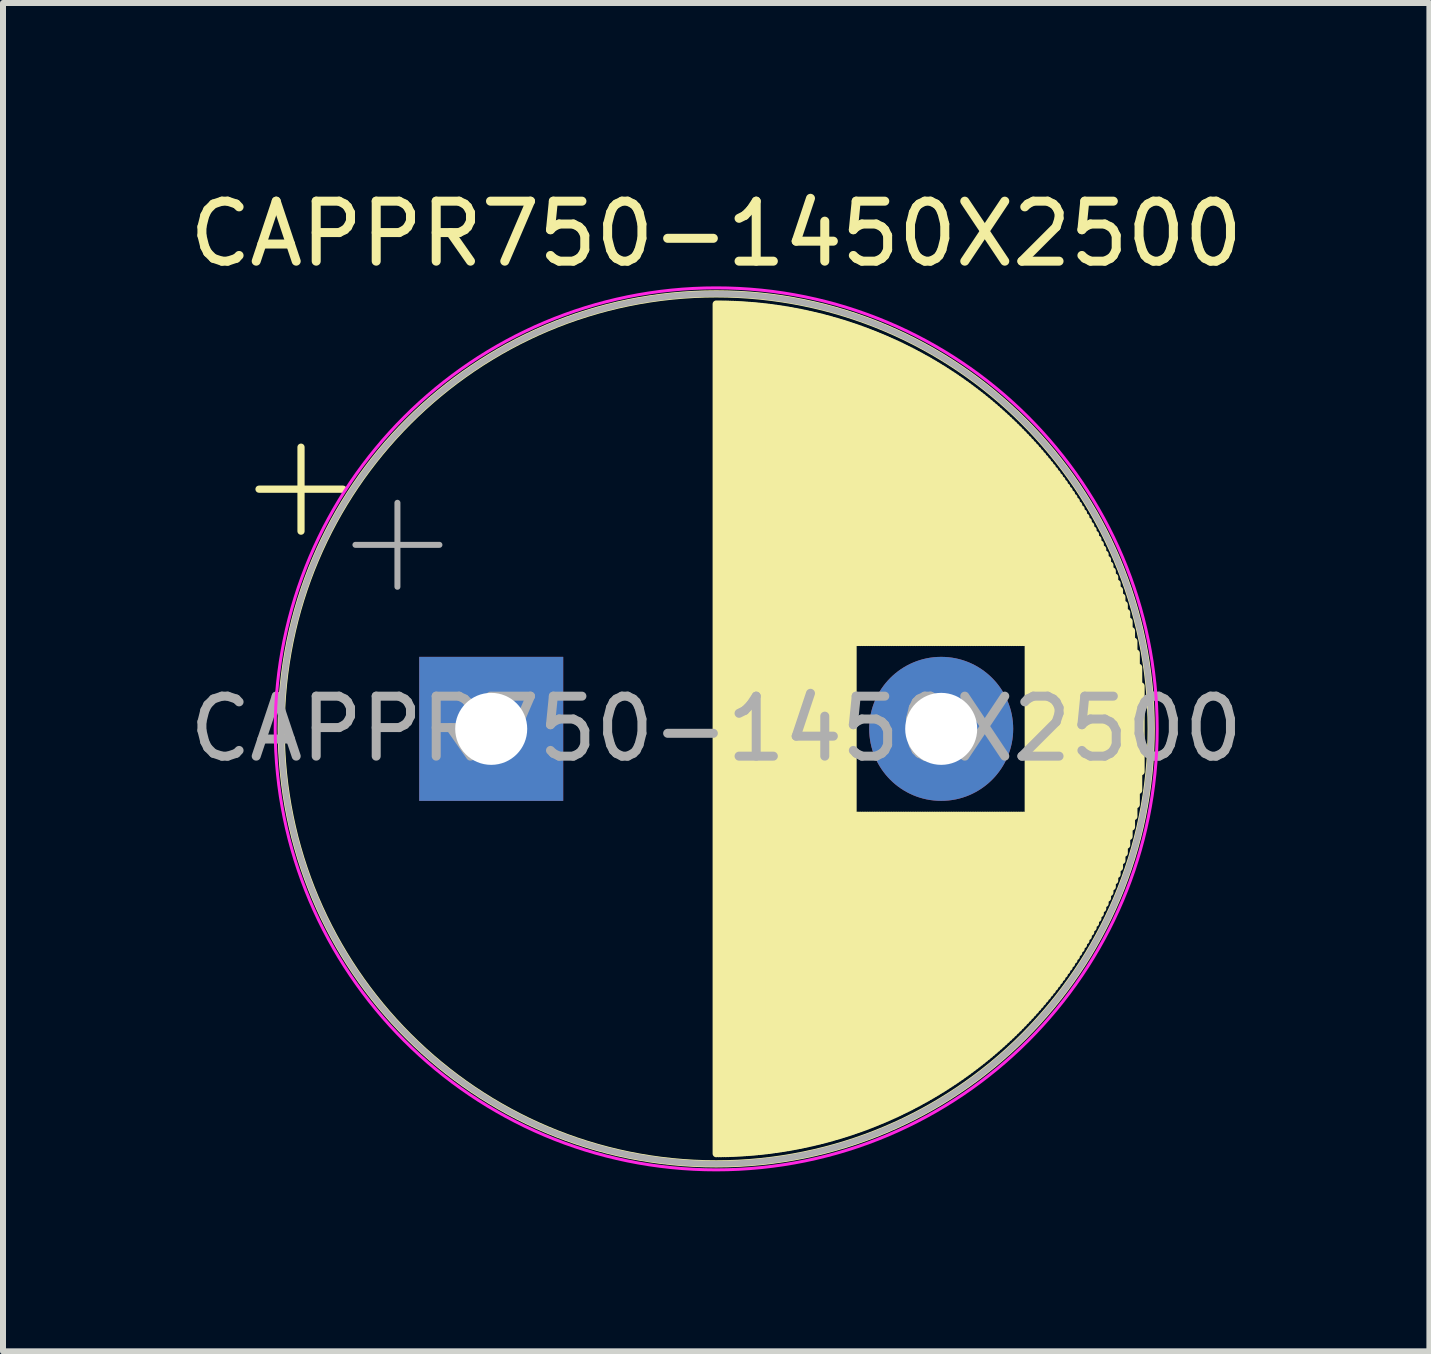
<source format=kicad_pcb>
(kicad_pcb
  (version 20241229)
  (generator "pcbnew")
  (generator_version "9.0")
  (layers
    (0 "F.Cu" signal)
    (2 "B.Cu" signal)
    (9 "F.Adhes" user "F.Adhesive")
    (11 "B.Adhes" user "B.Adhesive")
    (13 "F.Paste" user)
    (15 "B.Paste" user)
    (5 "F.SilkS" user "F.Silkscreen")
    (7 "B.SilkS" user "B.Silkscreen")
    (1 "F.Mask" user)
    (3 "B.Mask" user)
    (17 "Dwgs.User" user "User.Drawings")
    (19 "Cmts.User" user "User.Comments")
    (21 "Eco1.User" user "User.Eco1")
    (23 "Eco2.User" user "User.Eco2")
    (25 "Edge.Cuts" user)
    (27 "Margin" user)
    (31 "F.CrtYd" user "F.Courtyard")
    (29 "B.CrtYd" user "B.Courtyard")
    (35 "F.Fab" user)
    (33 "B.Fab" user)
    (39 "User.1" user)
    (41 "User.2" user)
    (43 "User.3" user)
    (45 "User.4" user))
  (footprint "CAPPR750-1450X2500"
    (layer "F.Cu")
    (at 5.137 9.098)
    (property "Reference" "CAPPR750-1450X2500" (at 3.75 -8.25 0) (layer "F.SilkS") (effects (font (size 1 1) (thickness 0.15))))
    (attr through_hole)
    (fp_line (start -3.87 -3.995) (end -2.47 -3.995) (stroke (width 0.12) (type solid)) (layer "F.SilkS"))
    (fp_line (start -3.17 -4.695) (end -3.17 -3.295) (stroke (width 0.12) (type solid)) (layer "F.SilkS"))
    (fp_line (start 3.75 -7.08) (end 3.75 7.08) (stroke (width 0.12) (type solid)) (layer "F.SilkS"))
    (fp_line (start 3.79 -7.08) (end 3.79 7.08) (stroke (width 0.12) (type solid)) (layer "F.SilkS"))
    (fp_line (start 3.83 -7.08) (end 3.83 7.08) (stroke (width 0.12) (type solid)) (layer "F.SilkS"))
    (fp_line (start 3.87 -7.079) (end 3.87 7.079) (stroke (width 0.12) (type solid)) (layer "F.SilkS"))
    (fp_line (start 3.91 -7.079) (end 3.91 7.079) (stroke (width 0.12) (type solid)) (layer "F.SilkS"))
    (fp_line (start 3.95 -7.078) (end 3.95 7.078) (stroke (width 0.12) (type solid)) (layer "F.SilkS"))
    (fp_line (start 3.99 -7.076) (end 3.99 7.076) (stroke (width 0.12) (type solid)) (layer "F.SilkS"))
    (fp_line (start 4.03 -7.075) (end 4.03 7.075) (stroke (width 0.12) (type solid)) (layer "F.SilkS"))
    (fp_line (start 4.07 -7.073) (end 4.07 7.073) (stroke (width 0.12) (type solid)) (layer "F.SilkS"))
    (fp_line (start 4.11 -7.071) (end 4.11 7.071) (stroke (width 0.12) (type solid)) (layer "F.SilkS"))
    (fp_line (start 4.15 -7.069) (end 4.15 7.069) (stroke (width 0.12) (type solid)) (layer "F.SilkS"))
    (fp_line (start 4.19 -7.067) (end 4.19 7.067) (stroke (width 0.12) (type solid)) (layer "F.SilkS"))
    (fp_line (start 4.23 -7.064) (end 4.23 7.064) (stroke (width 0.12) (type solid)) (layer "F.SilkS"))
    (fp_line (start 4.27 -7.061) (end 4.27 7.061) (stroke (width 0.12) (type solid)) (layer "F.SilkS"))
    (fp_line (start 4.31 -7.058) (end 4.31 7.058) (stroke (width 0.12) (type solid)) (layer "F.SilkS"))
    (fp_line (start 4.35 -7.055) (end 4.35 7.055) (stroke (width 0.12) (type solid)) (layer "F.SilkS"))
    (fp_line (start 4.39 -7.052) (end 4.39 7.052) (stroke (width 0.12) (type solid)) (layer "F.SilkS"))
    (fp_line (start 4.43 -7.048) (end 4.43 7.048) (stroke (width 0.12) (type solid)) (layer "F.SilkS"))
    (fp_line (start 4.471 -7.044) (end 4.471 7.044) (stroke (width 0.12) (type solid)) (layer "F.SilkS"))
    (fp_line (start 4.511 -7.04) (end 4.511 7.04) (stroke (width 0.12) (type solid)) (layer "F.SilkS"))
    (fp_line (start 4.551 -7.035) (end 4.551 7.035) (stroke (width 0.12) (type solid)) (layer "F.SilkS"))
    (fp_line (start 4.591 -7.031) (end 4.591 7.031) (stroke (width 0.12) (type solid)) (layer "F.SilkS"))
    (fp_line (start 4.631 -7.026) (end 4.631 7.026) (stroke (width 0.12) (type solid)) (layer "F.SilkS"))
    (fp_line (start 4.671 -7.021) (end 4.671 7.021) (stroke (width 0.12) (type solid)) (layer "F.SilkS"))
    (fp_line (start 4.711 -7.015) (end 4.711 7.015) (stroke (width 0.12) (type solid)) (layer "F.SilkS"))
    (fp_line (start 4.751 -7.01) (end 4.751 7.01) (stroke (width 0.12) (type solid)) (layer "F.SilkS"))
    (fp_line (start 4.791 -7.004) (end 4.791 7.004) (stroke (width 0.12) (type solid)) (layer "F.SilkS"))
    (fp_line (start 4.831 -6.998) (end 4.831 6.998) (stroke (width 0.12) (type solid)) (layer "F.SilkS"))
    (fp_line (start 4.871 -6.992) (end 4.871 6.992) (stroke (width 0.12) (type solid)) (layer "F.SilkS"))
    (fp_line (start 4.911 -6.985) (end 4.911 6.985) (stroke (width 0.12) (type solid)) (layer "F.SilkS"))
    (fp_line (start 4.951 -6.979) (end 4.951 6.979) (stroke (width 0.12) (type solid)) (layer "F.SilkS"))
    (fp_line (start 4.991 -6.972) (end 4.991 6.972) (stroke (width 0.12) (type solid)) (layer "F.SilkS"))
    (fp_line (start 5.031 -6.964) (end 5.031 6.964) (stroke (width 0.12) (type solid)) (layer "F.SilkS"))
    (fp_line (start 5.071 -6.957) (end 5.071 6.957) (stroke (width 0.12) (type solid)) (layer "F.SilkS"))
    (fp_line (start 5.111 -6.949) (end 5.111 6.949) (stroke (width 0.12) (type solid)) (layer "F.SilkS"))
    (fp_line (start 5.151 -6.942) (end 5.151 6.942) (stroke (width 0.12) (type solid)) (layer "F.SilkS"))
    (fp_line (start 5.191 -6.933) (end 5.191 6.933) (stroke (width 0.12) (type solid)) (layer "F.SilkS"))
    (fp_line (start 5.231 -6.925) (end 5.231 6.925) (stroke (width 0.12) (type solid)) (layer "F.SilkS"))
    (fp_line (start 5.271 -6.916) (end 5.271 6.916) (stroke (width 0.12) (type solid)) (layer "F.SilkS"))
    (fp_line (start 5.311 -6.907) (end 5.311 6.907) (stroke (width 0.12) (type solid)) (layer "F.SilkS"))
    (fp_line (start 5.351 -6.898) (end 5.351 6.898) (stroke (width 0.12) (type solid)) (layer "F.SilkS"))
    (fp_line (start 5.391 -6.889) (end 5.391 6.889) (stroke (width 0.12) (type solid)) (layer "F.SilkS"))
    (fp_line (start 5.431 -6.879) (end 5.431 6.879) (stroke (width 0.12) (type solid)) (layer "F.SilkS"))
    (fp_line (start 5.471 -6.87) (end 5.471 6.87) (stroke (width 0.12) (type solid)) (layer "F.SilkS"))
    (fp_line (start 5.511 -6.86) (end 5.511 6.86) (stroke (width 0.12) (type solid)) (layer "F.SilkS"))
    (fp_line (start 5.551 -6.849) (end 5.551 6.849) (stroke (width 0.12) (type solid)) (layer "F.SilkS"))
    (fp_line (start 5.591 -6.839) (end 5.591 6.839) (stroke (width 0.12) (type solid)) (layer "F.SilkS"))
    (fp_line (start 5.631 -6.828) (end 5.631 6.828) (stroke (width 0.12) (type solid)) (layer "F.SilkS"))
    (fp_line (start 5.671 -6.817) (end 5.671 6.817) (stroke (width 0.12) (type solid)) (layer "F.SilkS"))
    (fp_line (start 5.711 -6.805) (end 5.711 6.805) (stroke (width 0.12) (type solid)) (layer "F.SilkS"))
    (fp_line (start 5.751 -6.794) (end 5.751 6.794) (stroke (width 0.12) (type solid)) (layer "F.SilkS"))
    (fp_line (start 5.791 -6.782) (end 5.791 6.782) (stroke (width 0.12) (type solid)) (layer "F.SilkS"))
    (fp_line (start 5.831 -6.77) (end 5.831 6.77) (stroke (width 0.12) (type solid)) (layer "F.SilkS"))
    (fp_line (start 5.871 -6.758) (end 5.871 6.758) (stroke (width 0.12) (type solid)) (layer "F.SilkS"))
    (fp_line (start 5.911 -6.745) (end 5.911 6.745) (stroke (width 0.12) (type solid)) (layer "F.SilkS"))
    (fp_line (start 5.951 -6.732) (end 5.951 6.732) (stroke (width 0.12) (type solid)) (layer "F.SilkS"))
    (fp_line (start 5.991 -6.719) (end 5.991 6.719) (stroke (width 0.12) (type solid)) (layer "F.SilkS"))
    (fp_line (start 6.031 -6.706) (end 6.031 6.706) (stroke (width 0.12) (type solid)) (layer "F.SilkS"))
    (fp_line (start 6.071 -6.692) (end 6.071 -1.44) (stroke (width 0.12) (type solid)) (layer "F.SilkS"))
    (fp_line (start 6.071 1.44) (end 6.071 6.692) (stroke (width 0.12) (type solid)) (layer "F.SilkS"))
    (fp_line (start 6.111 -6.678) (end 6.111 -1.44) (stroke (width 0.12) (type solid)) (layer "F.SilkS"))
    (fp_line (start 6.111 1.44) (end 6.111 6.678) (stroke (width 0.12) (type solid)) (layer "F.SilkS"))
    (fp_line (start 6.151 -6.664) (end 6.151 -1.44) (stroke (width 0.12) (type solid)) (layer "F.SilkS"))
    (fp_line (start 6.151 1.44) (end 6.151 6.664) (stroke (width 0.12) (type solid)) (layer "F.SilkS"))
    (fp_line (start 6.191 -6.649) (end 6.191 -1.44) (stroke (width 0.12) (type solid)) (layer "F.SilkS"))
    (fp_line (start 6.191 1.44) (end 6.191 6.649) (stroke (width 0.12) (type solid)) (layer "F.SilkS"))
    (fp_line (start 6.231 -6.635) (end 6.231 -1.44) (stroke (width 0.12) (type solid)) (layer "F.SilkS"))
    (fp_line (start 6.231 1.44) (end 6.231 6.635) (stroke (width 0.12) (type solid)) (layer "F.SilkS"))
    (fp_line (start 6.271 -6.62) (end 6.271 -1.44) (stroke (width 0.12) (type solid)) (layer "F.SilkS"))
    (fp_line (start 6.271 1.44) (end 6.271 6.62) (stroke (width 0.12) (type solid)) (layer "F.SilkS"))
    (fp_line (start 6.311 -6.604) (end 6.311 -1.44) (stroke (width 0.12) (type solid)) (layer "F.SilkS"))
    (fp_line (start 6.311 1.44) (end 6.311 6.604) (stroke (width 0.12) (type solid)) (layer "F.SilkS"))
    (fp_line (start 6.351 -6.589) (end 6.351 -1.44) (stroke (width 0.12) (type solid)) (layer "F.SilkS"))
    (fp_line (start 6.351 1.44) (end 6.351 6.589) (stroke (width 0.12) (type solid)) (layer "F.SilkS"))
    (fp_line (start 6.391 -6.573) (end 6.391 -1.44) (stroke (width 0.12) (type solid)) (layer "F.SilkS"))
    (fp_line (start 6.391 1.44) (end 6.391 6.573) (stroke (width 0.12) (type solid)) (layer "F.SilkS"))
    (fp_line (start 6.431 -6.557) (end 6.431 -1.44) (stroke (width 0.12) (type solid)) (layer "F.SilkS"))
    (fp_line (start 6.431 1.44) (end 6.431 6.557) (stroke (width 0.12) (type solid)) (layer "F.SilkS"))
    (fp_line (start 6.471 -6.54) (end 6.471 -1.44) (stroke (width 0.12) (type solid)) (layer "F.SilkS"))
    (fp_line (start 6.471 1.44) (end 6.471 6.54) (stroke (width 0.12) (type solid)) (layer "F.SilkS"))
    (fp_line (start 6.511 -6.524) (end 6.511 -1.44) (stroke (width 0.12) (type solid)) (layer "F.SilkS"))
    (fp_line (start 6.511 1.44) (end 6.511 6.524) (stroke (width 0.12) (type solid)) (layer "F.SilkS"))
    (fp_line (start 6.551 -6.507) (end 6.551 -1.44) (stroke (width 0.12) (type solid)) (layer "F.SilkS"))
    (fp_line (start 6.551 1.44) (end 6.551 6.507) (stroke (width 0.12) (type solid)) (layer "F.SilkS"))
    (fp_line (start 6.591 -6.49) (end 6.591 -1.44) (stroke (width 0.12) (type solid)) (layer "F.SilkS"))
    (fp_line (start 6.591 1.44) (end 6.591 6.49) (stroke (width 0.12) (type solid)) (layer "F.SilkS"))
    (fp_line (start 6.631 -6.472) (end 6.631 -1.44) (stroke (width 0.12) (type solid)) (layer "F.SilkS"))
    (fp_line (start 6.631 1.44) (end 6.631 6.472) (stroke (width 0.12) (type solid)) (layer "F.SilkS"))
    (fp_line (start 6.671 -6.454) (end 6.671 -1.44) (stroke (width 0.12) (type solid)) (layer "F.SilkS"))
    (fp_line (start 6.671 1.44) (end 6.671 6.454) (stroke (width 0.12) (type solid)) (layer "F.SilkS"))
    (fp_line (start 6.711 -6.436) (end 6.711 -1.44) (stroke (width 0.12) (type solid)) (layer "F.SilkS"))
    (fp_line (start 6.711 1.44) (end 6.711 6.436) (stroke (width 0.12) (type solid)) (layer "F.SilkS"))
    (fp_line (start 6.751 -6.418) (end 6.751 -1.44) (stroke (width 0.12) (type solid)) (layer "F.SilkS"))
    (fp_line (start 6.751 1.44) (end 6.751 6.418) (stroke (width 0.12) (type solid)) (layer "F.SilkS"))
    (fp_line (start 6.791 -6.399) (end 6.791 -1.44) (stroke (width 0.12) (type solid)) (layer "F.SilkS"))
    (fp_line (start 6.791 1.44) (end 6.791 6.399) (stroke (width 0.12) (type solid)) (layer "F.SilkS"))
    (fp_line (start 6.831 -6.38) (end 6.831 -1.44) (stroke (width 0.12) (type solid)) (layer "F.SilkS"))
    (fp_line (start 6.831 1.44) (end 6.831 6.38) (stroke (width 0.12) (type solid)) (layer "F.SilkS"))
    (fp_line (start 6.871 -6.36) (end 6.871 -1.44) (stroke (width 0.12) (type solid)) (layer "F.SilkS"))
    (fp_line (start 6.871 1.44) (end 6.871 6.36) (stroke (width 0.12) (type solid)) (layer "F.SilkS"))
    (fp_line (start 6.911 -6.341) (end 6.911 -1.44) (stroke (width 0.12) (type solid)) (layer "F.SilkS"))
    (fp_line (start 6.911 1.44) (end 6.911 6.341) (stroke (width 0.12) (type solid)) (layer "F.SilkS"))
    (fp_line (start 6.951 -6.321) (end 6.951 -1.44) (stroke (width 0.12) (type solid)) (layer "F.SilkS"))
    (fp_line (start 6.951 1.44) (end 6.951 6.321) (stroke (width 0.12) (type solid)) (layer "F.SilkS"))
    (fp_line (start 6.991 -6.301) (end 6.991 -1.44) (stroke (width 0.12) (type solid)) (layer "F.SilkS"))
    (fp_line (start 6.991 1.44) (end 6.991 6.301) (stroke (width 0.12) (type solid)) (layer "F.SilkS"))
    (fp_line (start 7.031 -6.28) (end 7.031 -1.44) (stroke (width 0.12) (type solid)) (layer "F.SilkS"))
    (fp_line (start 7.031 1.44) (end 7.031 6.28) (stroke (width 0.12) (type solid)) (layer "F.SilkS"))
    (fp_line (start 7.071 -6.259) (end 7.071 -1.44) (stroke (width 0.12) (type solid)) (layer "F.SilkS"))
    (fp_line (start 7.071 1.44) (end 7.071 6.259) (stroke (width 0.12) (type solid)) (layer "F.SilkS"))
    (fp_line (start 7.111 -6.238) (end 7.111 -1.44) (stroke (width 0.12) (type solid)) (layer "F.SilkS"))
    (fp_line (start 7.111 1.44) (end 7.111 6.238) (stroke (width 0.12) (type solid)) (layer "F.SilkS"))
    (fp_line (start 7.151 -6.216) (end 7.151 -1.44) (stroke (width 0.12) (type solid)) (layer "F.SilkS"))
    (fp_line (start 7.151 1.44) (end 7.151 6.216) (stroke (width 0.12) (type solid)) (layer "F.SilkS"))
    (fp_line (start 7.191 -6.194) (end 7.191 -1.44) (stroke (width 0.12) (type solid)) (layer "F.SilkS"))
    (fp_line (start 7.191 1.44) (end 7.191 6.194) (stroke (width 0.12) (type solid)) (layer "F.SilkS"))
    (fp_line (start 7.231 -6.172) (end 7.231 -1.44) (stroke (width 0.12) (type solid)) (layer "F.SilkS"))
    (fp_line (start 7.231 1.44) (end 7.231 6.172) (stroke (width 0.12) (type solid)) (layer "F.SilkS"))
    (fp_line (start 7.271 -6.15) (end 7.271 -1.44) (stroke (width 0.12) (type solid)) (layer "F.SilkS"))
    (fp_line (start 7.271 1.44) (end 7.271 6.15) (stroke (width 0.12) (type solid)) (layer "F.SilkS"))
    (fp_line (start 7.311 -6.127) (end 7.311 -1.44) (stroke (width 0.12) (type solid)) (layer "F.SilkS"))
    (fp_line (start 7.311 1.44) (end 7.311 6.127) (stroke (width 0.12) (type solid)) (layer "F.SilkS"))
    (fp_line (start 7.351 -6.103) (end 7.351 -1.44) (stroke (width 0.12) (type solid)) (layer "F.SilkS"))
    (fp_line (start 7.351 1.44) (end 7.351 6.103) (stroke (width 0.12) (type solid)) (layer "F.SilkS"))
    (fp_line (start 7.391 -6.08) (end 7.391 -1.44) (stroke (width 0.12) (type solid)) (layer "F.SilkS"))
    (fp_line (start 7.391 1.44) (end 7.391 6.08) (stroke (width 0.12) (type solid)) (layer "F.SilkS"))
    (fp_line (start 7.431 -6.056) (end 7.431 -1.44) (stroke (width 0.12) (type solid)) (layer "F.SilkS"))
    (fp_line (start 7.431 1.44) (end 7.431 6.056) (stroke (width 0.12) (type solid)) (layer "F.SilkS"))
    (fp_line (start 7.471 -6.031) (end 7.471 -1.44) (stroke (width 0.12) (type solid)) (layer "F.SilkS"))
    (fp_line (start 7.471 1.44) (end 7.471 6.031) (stroke (width 0.12) (type solid)) (layer "F.SilkS"))
    (fp_line (start 7.511 -6.007) (end 7.511 -1.44) (stroke (width 0.12) (type solid)) (layer "F.SilkS"))
    (fp_line (start 7.511 1.44) (end 7.511 6.007) (stroke (width 0.12) (type solid)) (layer "F.SilkS"))
    (fp_line (start 7.551 -5.982) (end 7.551 -1.44) (stroke (width 0.12) (type solid)) (layer "F.SilkS"))
    (fp_line (start 7.551 1.44) (end 7.551 5.982) (stroke (width 0.12) (type solid)) (layer "F.SilkS"))
    (fp_line (start 7.591 -5.956) (end 7.591 -1.44) (stroke (width 0.12) (type solid)) (layer "F.SilkS"))
    (fp_line (start 7.591 1.44) (end 7.591 5.956) (stroke (width 0.12) (type solid)) (layer "F.SilkS"))
    (fp_line (start 7.631 -5.93) (end 7.631 -1.44) (stroke (width 0.12) (type solid)) (layer "F.SilkS"))
    (fp_line (start 7.631 1.44) (end 7.631 5.93) (stroke (width 0.12) (type solid)) (layer "F.SilkS"))
    (fp_line (start 7.671 -5.904) (end 7.671 -1.44) (stroke (width 0.12) (type solid)) (layer "F.SilkS"))
    (fp_line (start 7.671 1.44) (end 7.671 5.904) (stroke (width 0.12) (type solid)) (layer "F.SilkS"))
    (fp_line (start 7.711 -5.878) (end 7.711 -1.44) (stroke (width 0.12) (type solid)) (layer "F.SilkS"))
    (fp_line (start 7.711 1.44) (end 7.711 5.878) (stroke (width 0.12) (type solid)) (layer "F.SilkS"))
    (fp_line (start 7.751 -5.851) (end 7.751 -1.44) (stroke (width 0.12) (type solid)) (layer "F.SilkS"))
    (fp_line (start 7.751 1.44) (end 7.751 5.851) (stroke (width 0.12) (type solid)) (layer "F.SilkS"))
    (fp_line (start 7.791 -5.823) (end 7.791 -1.44) (stroke (width 0.12) (type solid)) (layer "F.SilkS"))
    (fp_line (start 7.791 1.44) (end 7.791 5.823) (stroke (width 0.12) (type solid)) (layer "F.SilkS"))
    (fp_line (start 7.831 -5.796) (end 7.831 -1.44) (stroke (width 0.12) (type solid)) (layer "F.SilkS"))
    (fp_line (start 7.831 1.44) (end 7.831 5.796) (stroke (width 0.12) (type solid)) (layer "F.SilkS"))
    (fp_line (start 7.871 -5.767) (end 7.871 -1.44) (stroke (width 0.12) (type solid)) (layer "F.SilkS"))
    (fp_line (start 7.871 1.44) (end 7.871 5.767) (stroke (width 0.12) (type solid)) (layer "F.SilkS"))
    (fp_line (start 7.911 -5.739) (end 7.911 -1.44) (stroke (width 0.12) (type solid)) (layer "F.SilkS"))
    (fp_line (start 7.911 1.44) (end 7.911 5.739) (stroke (width 0.12) (type solid)) (layer "F.SilkS"))
    (fp_line (start 7.951 -5.71) (end 7.951 -1.44) (stroke (width 0.12) (type solid)) (layer "F.SilkS"))
    (fp_line (start 7.951 1.44) (end 7.951 5.71) (stroke (width 0.12) (type solid)) (layer "F.SilkS"))
    (fp_line (start 7.991 -5.68) (end 7.991 -1.44) (stroke (width 0.12) (type solid)) (layer "F.SilkS"))
    (fp_line (start 7.991 1.44) (end 7.991 5.68) (stroke (width 0.12) (type solid)) (layer "F.SilkS"))
    (fp_line (start 8.031 -5.65) (end 8.031 -1.44) (stroke (width 0.12) (type solid)) (layer "F.SilkS"))
    (fp_line (start 8.031 1.44) (end 8.031 5.65) (stroke (width 0.12) (type solid)) (layer "F.SilkS"))
    (fp_line (start 8.071 -5.62) (end 8.071 -1.44) (stroke (width 0.12) (type solid)) (layer "F.SilkS"))
    (fp_line (start 8.071 1.44) (end 8.071 5.62) (stroke (width 0.12) (type solid)) (layer "F.SilkS"))
    (fp_line (start 8.111 -5.589) (end 8.111 -1.44) (stroke (width 0.12) (type solid)) (layer "F.SilkS"))
    (fp_line (start 8.111 1.44) (end 8.111 5.589) (stroke (width 0.12) (type solid)) (layer "F.SilkS"))
    (fp_line (start 8.151 -5.558) (end 8.151 -1.44) (stroke (width 0.12) (type solid)) (layer "F.SilkS"))
    (fp_line (start 8.151 1.44) (end 8.151 5.558) (stroke (width 0.12) (type solid)) (layer "F.SilkS"))
    (fp_line (start 8.191 -5.527) (end 8.191 -1.44) (stroke (width 0.12) (type solid)) (layer "F.SilkS"))
    (fp_line (start 8.191 1.44) (end 8.191 5.527) (stroke (width 0.12) (type solid)) (layer "F.SilkS"))
    (fp_line (start 8.231 -5.494) (end 8.231 -1.44) (stroke (width 0.12) (type solid)) (layer "F.SilkS"))
    (fp_line (start 8.231 1.44) (end 8.231 5.494) (stroke (width 0.12) (type solid)) (layer "F.SilkS"))
    (fp_line (start 8.271 -5.462) (end 8.271 -1.44) (stroke (width 0.12) (type solid)) (layer "F.SilkS"))
    (fp_line (start 8.271 1.44) (end 8.271 5.462) (stroke (width 0.12) (type solid)) (layer "F.SilkS"))
    (fp_line (start 8.311 -5.429) (end 8.311 -1.44) (stroke (width 0.12) (type solid)) (layer "F.SilkS"))
    (fp_line (start 8.311 1.44) (end 8.311 5.429) (stroke (width 0.12) (type solid)) (layer "F.SilkS"))
    (fp_line (start 8.351 -5.395) (end 8.351 -1.44) (stroke (width 0.12) (type solid)) (layer "F.SilkS"))
    (fp_line (start 8.351 1.44) (end 8.351 5.395) (stroke (width 0.12) (type solid)) (layer "F.SilkS"))
    (fp_line (start 8.391 -5.361) (end 8.391 -1.44) (stroke (width 0.12) (type solid)) (layer "F.SilkS"))
    (fp_line (start 8.391 1.44) (end 8.391 5.361) (stroke (width 0.12) (type solid)) (layer "F.SilkS"))
    (fp_line (start 8.431 -5.326) (end 8.431 -1.44) (stroke (width 0.12) (type solid)) (layer "F.SilkS"))
    (fp_line (start 8.431 1.44) (end 8.431 5.326) (stroke (width 0.12) (type solid)) (layer "F.SilkS"))
    (fp_line (start 8.471 -5.291) (end 8.471 -1.44) (stroke (width 0.12) (type solid)) (layer "F.SilkS"))
    (fp_line (start 8.471 1.44) (end 8.471 5.291) (stroke (width 0.12) (type solid)) (layer "F.SilkS"))
    (fp_line (start 8.511 -5.255) (end 8.511 -1.44) (stroke (width 0.12) (type solid)) (layer "F.SilkS"))
    (fp_line (start 8.511 1.44) (end 8.511 5.255) (stroke (width 0.12) (type solid)) (layer "F.SilkS"))
    (fp_line (start 8.551 -5.219) (end 8.551 -1.44) (stroke (width 0.12) (type solid)) (layer "F.SilkS"))
    (fp_line (start 8.551 1.44) (end 8.551 5.219) (stroke (width 0.12) (type solid)) (layer "F.SilkS"))
    (fp_line (start 8.591 -5.182) (end 8.591 -1.44) (stroke (width 0.12) (type solid)) (layer "F.SilkS"))
    (fp_line (start 8.591 1.44) (end 8.591 5.182) (stroke (width 0.12) (type solid)) (layer "F.SilkS"))
    (fp_line (start 8.631 -5.145) (end 8.631 -1.44) (stroke (width 0.12) (type solid)) (layer "F.SilkS"))
    (fp_line (start 8.631 1.44) (end 8.631 5.145) (stroke (width 0.12) (type solid)) (layer "F.SilkS"))
    (fp_line (start 8.671 -5.107) (end 8.671 -1.44) (stroke (width 0.12) (type solid)) (layer "F.SilkS"))
    (fp_line (start 8.671 1.44) (end 8.671 5.107) (stroke (width 0.12) (type solid)) (layer "F.SilkS"))
    (fp_line (start 8.711 -5.069) (end 8.711 -1.44) (stroke (width 0.12) (type solid)) (layer "F.SilkS"))
    (fp_line (start 8.711 1.44) (end 8.711 5.069) (stroke (width 0.12) (type solid)) (layer "F.SilkS"))
    (fp_line (start 8.751 -5.029) (end 8.751 -1.44) (stroke (width 0.12) (type solid)) (layer "F.SilkS"))
    (fp_line (start 8.751 1.44) (end 8.751 5.029) (stroke (width 0.12) (type solid)) (layer "F.SilkS"))
    (fp_line (start 8.791 -4.99) (end 8.791 -1.44) (stroke (width 0.12) (type solid)) (layer "F.SilkS"))
    (fp_line (start 8.791 1.44) (end 8.791 4.99) (stroke (width 0.12) (type solid)) (layer "F.SilkS"))
    (fp_line (start 8.831 -4.949) (end 8.831 -1.44) (stroke (width 0.12) (type solid)) (layer "F.SilkS"))
    (fp_line (start 8.831 1.44) (end 8.831 4.949) (stroke (width 0.12) (type solid)) (layer "F.SilkS"))
    (fp_line (start 8.871 -4.908) (end 8.871 -1.44) (stroke (width 0.12) (type solid)) (layer "F.SilkS"))
    (fp_line (start 8.871 1.44) (end 8.871 4.908) (stroke (width 0.12) (type solid)) (layer "F.SilkS"))
    (fp_line (start 8.911 -4.866) (end 8.911 -1.44) (stroke (width 0.12) (type solid)) (layer "F.SilkS"))
    (fp_line (start 8.911 1.44) (end 8.911 4.866) (stroke (width 0.12) (type solid)) (layer "F.SilkS"))
    (fp_line (start 8.951 -4.824) (end 8.951 4.824) (stroke (width 0.12) (type solid)) (layer "F.SilkS"))
    (fp_line (start 8.991 -4.781) (end 8.991 4.781) (stroke (width 0.12) (type solid)) (layer "F.SilkS"))
    (fp_line (start 9.031 -4.737) (end 9.031 4.737) (stroke (width 0.12) (type solid)) (layer "F.SilkS"))
    (fp_line (start 9.071 -4.693) (end 9.071 4.693) (stroke (width 0.12) (type solid)) (layer "F.SilkS"))
    (fp_line (start 9.111 -4.647) (end 9.111 4.647) (stroke (width 0.12) (type solid)) (layer "F.SilkS"))
    (fp_line (start 9.151 -4.601) (end 9.151 4.601) (stroke (width 0.12) (type solid)) (layer "F.SilkS"))
    (fp_line (start 9.191 -4.554) (end 9.191 4.554) (stroke (width 0.12) (type solid)) (layer "F.SilkS"))
    (fp_line (start 9.231 -4.506) (end 9.231 4.506) (stroke (width 0.12) (type solid)) (layer "F.SilkS"))
    (fp_line (start 9.271 -4.458) (end 9.271 4.458) (stroke (width 0.12) (type solid)) (layer "F.SilkS"))
    (fp_line (start 9.311 -4.408) (end 9.311 4.408) (stroke (width 0.12) (type solid)) (layer "F.SilkS"))
    (fp_line (start 9.351 -4.358) (end 9.351 4.358) (stroke (width 0.12) (type solid)) (layer "F.SilkS"))
    (fp_line (start 9.391 -4.306) (end 9.391 4.306) (stroke (width 0.12) (type solid)) (layer "F.SilkS"))
    (fp_line (start 9.431 -4.254) (end 9.431 4.254) (stroke (width 0.12) (type solid)) (layer "F.SilkS"))
    (fp_line (start 9.471 -4.2) (end 9.471 4.2) (stroke (width 0.12) (type solid)) (layer "F.SilkS"))
    (fp_line (start 9.511 -4.146) (end 9.511 4.146) (stroke (width 0.12) (type solid)) (layer "F.SilkS"))
    (fp_line (start 9.551 -4.09) (end 9.551 4.09) (stroke (width 0.12) (type solid)) (layer "F.SilkS"))
    (fp_line (start 9.591 -4.033) (end 9.591 4.033) (stroke (width 0.12) (type solid)) (layer "F.SilkS"))
    (fp_line (start 9.631 -3.975) (end 9.631 3.975) (stroke (width 0.12) (type solid)) (layer "F.SilkS"))
    (fp_line (start 9.671 -3.916) (end 9.671 3.916) (stroke (width 0.12) (type solid)) (layer "F.SilkS"))
    (fp_line (start 9.711 -3.856) (end 9.711 3.856) (stroke (width 0.12) (type solid)) (layer "F.SilkS"))
    (fp_line (start 9.751 -3.794) (end 9.751 3.794) (stroke (width 0.12) (type solid)) (layer "F.SilkS"))
    (fp_line (start 9.791 -3.73) (end 9.791 3.73) (stroke (width 0.12) (type solid)) (layer "F.SilkS"))
    (fp_line (start 9.831 -3.666) (end 9.831 3.666) (stroke (width 0.12) (type solid)) (layer "F.SilkS"))
    (fp_line (start 9.871 -3.599) (end 9.871 3.599) (stroke (width 0.12) (type solid)) (layer "F.SilkS"))
    (fp_line (start 9.911 -3.531) (end 9.911 3.531) (stroke (width 0.12) (type solid)) (layer "F.SilkS"))
    (fp_line (start 9.951 -3.461) (end 9.951 3.461) (stroke (width 0.12) (type solid)) (layer "F.SilkS"))
    (fp_line (start 9.991 -3.389) (end 9.991 3.389) (stroke (width 0.12) (type solid)) (layer "F.SilkS"))
    (fp_line (start 10.031 -3.315) (end 10.031 3.315) (stroke (width 0.12) (type solid)) (layer "F.SilkS"))
    (fp_line (start 10.071 -3.24) (end 10.071 3.24) (stroke (width 0.12) (type solid)) (layer "F.SilkS"))
    (fp_line (start 10.111 -3.161) (end 10.111 3.161) (stroke (width 0.12) (type solid)) (layer "F.SilkS"))
    (fp_line (start 10.151 -3.08) (end 10.151 3.08) (stroke (width 0.12) (type solid)) (layer "F.SilkS"))
    (fp_line (start 10.191 -2.997) (end 10.191 2.997) (stroke (width 0.12) (type solid)) (layer "F.SilkS"))
    (fp_line (start 10.231 -2.911) (end 10.231 2.911) (stroke (width 0.12) (type solid)) (layer "F.SilkS"))
    (fp_line (start 10.271 -2.821) (end 10.271 2.821) (stroke (width 0.12) (type solid)) (layer "F.SilkS"))
    (fp_line (start 10.311 -2.728) (end 10.311 2.728) (stroke (width 0.12) (type solid)) (layer "F.SilkS"))
    (fp_line (start 10.351 -2.632) (end 10.351 2.632) (stroke (width 0.12) (type solid)) (layer "F.SilkS"))
    (fp_line (start 10.391 -2.53) (end 10.391 2.53) (stroke (width 0.12) (type solid)) (layer "F.SilkS"))
    (fp_line (start 10.431 -2.425) (end 10.431 2.425) (stroke (width 0.12) (type solid)) (layer "F.SilkS"))
    (fp_line (start 10.471 -2.313) (end 10.471 2.313) (stroke (width 0.12) (type solid)) (layer "F.SilkS"))
    (fp_line (start 10.511 -2.196) (end 10.511 2.196) (stroke (width 0.12) (type solid)) (layer "F.SilkS"))
    (fp_line (start 10.551 -2.071) (end 10.551 2.071) (stroke (width 0.12) (type solid)) (layer "F.SilkS"))
    (fp_line (start 10.591 -1.938) (end 10.591 1.938) (stroke (width 0.12) (type solid)) (layer "F.SilkS"))
    (fp_line (start 10.631 -1.794) (end 10.631 1.794) (stroke (width 0.12) (type solid)) (layer "F.SilkS"))
    (fp_line (start 10.671 -1.636) (end 10.671 1.636) (stroke (width 0.12) (type solid)) (layer "F.SilkS"))
    (fp_line (start 10.711 -1.461) (end 10.711 1.461) (stroke (width 0.12) (type solid)) (layer "F.SilkS"))
    (fp_line (start 10.751 -1.262) (end 10.751 1.262) (stroke (width 0.12) (type solid)) (layer "F.SilkS"))
    (fp_line (start 10.791 -1.025) (end 10.791 1.025) (stroke (width 0.12) (type solid)) (layer "F.SilkS"))
    (fp_line (start 10.831 -0.714) (end 10.831 0.714) (stroke (width 0.12) (type solid)) (layer "F.SilkS"))
    (fp_circle (center 3.75 0) (end 11 0) (stroke (width 0.12) (type solid)) (fill no) (layer "F.SilkS"))
    (fp_circle (center 3.75 0) (end 11.1 0) (stroke (width 0.05) (type solid)) (fill no) (layer "F.CrtYd"))
    (fp_line (start -2.263 -3.067) (end -0.863 -3.067) (stroke (width 0.1) (type solid)) (layer "F.Fab"))
    (fp_line (start -1.563 -3.768) (end -1.563 -2.368) (stroke (width 0.1) (type solid)) (layer "F.Fab"))
    (fp_circle (center 3.75 0) (end 11 0) (stroke (width 0.1) (type solid)) (fill no) (layer "F.Fab"))
    (fp_text user "${REFERENCE}" (at 3.75 0 0) (layer "F.Fab") (effects (font (size 1 1) (thickness 0.15))))
    (pad "1" thru_hole rect (at 0 0) (size 2.4 2.4) (drill 1.2) (layers "*.Cu" "*.Mask"))
    (pad "2" thru_hole circle (at 7.5 0) (size 2.4 2.4) (drill 1.2) (layers "*.Cu" "*.Mask")))
  (gr_rect
    (start -3 -3)
    (end 20.774 19.473)
    (stroke (width 0.1) (type default))
    (fill no)
    (layer "Edge.Cuts")))
</source>
